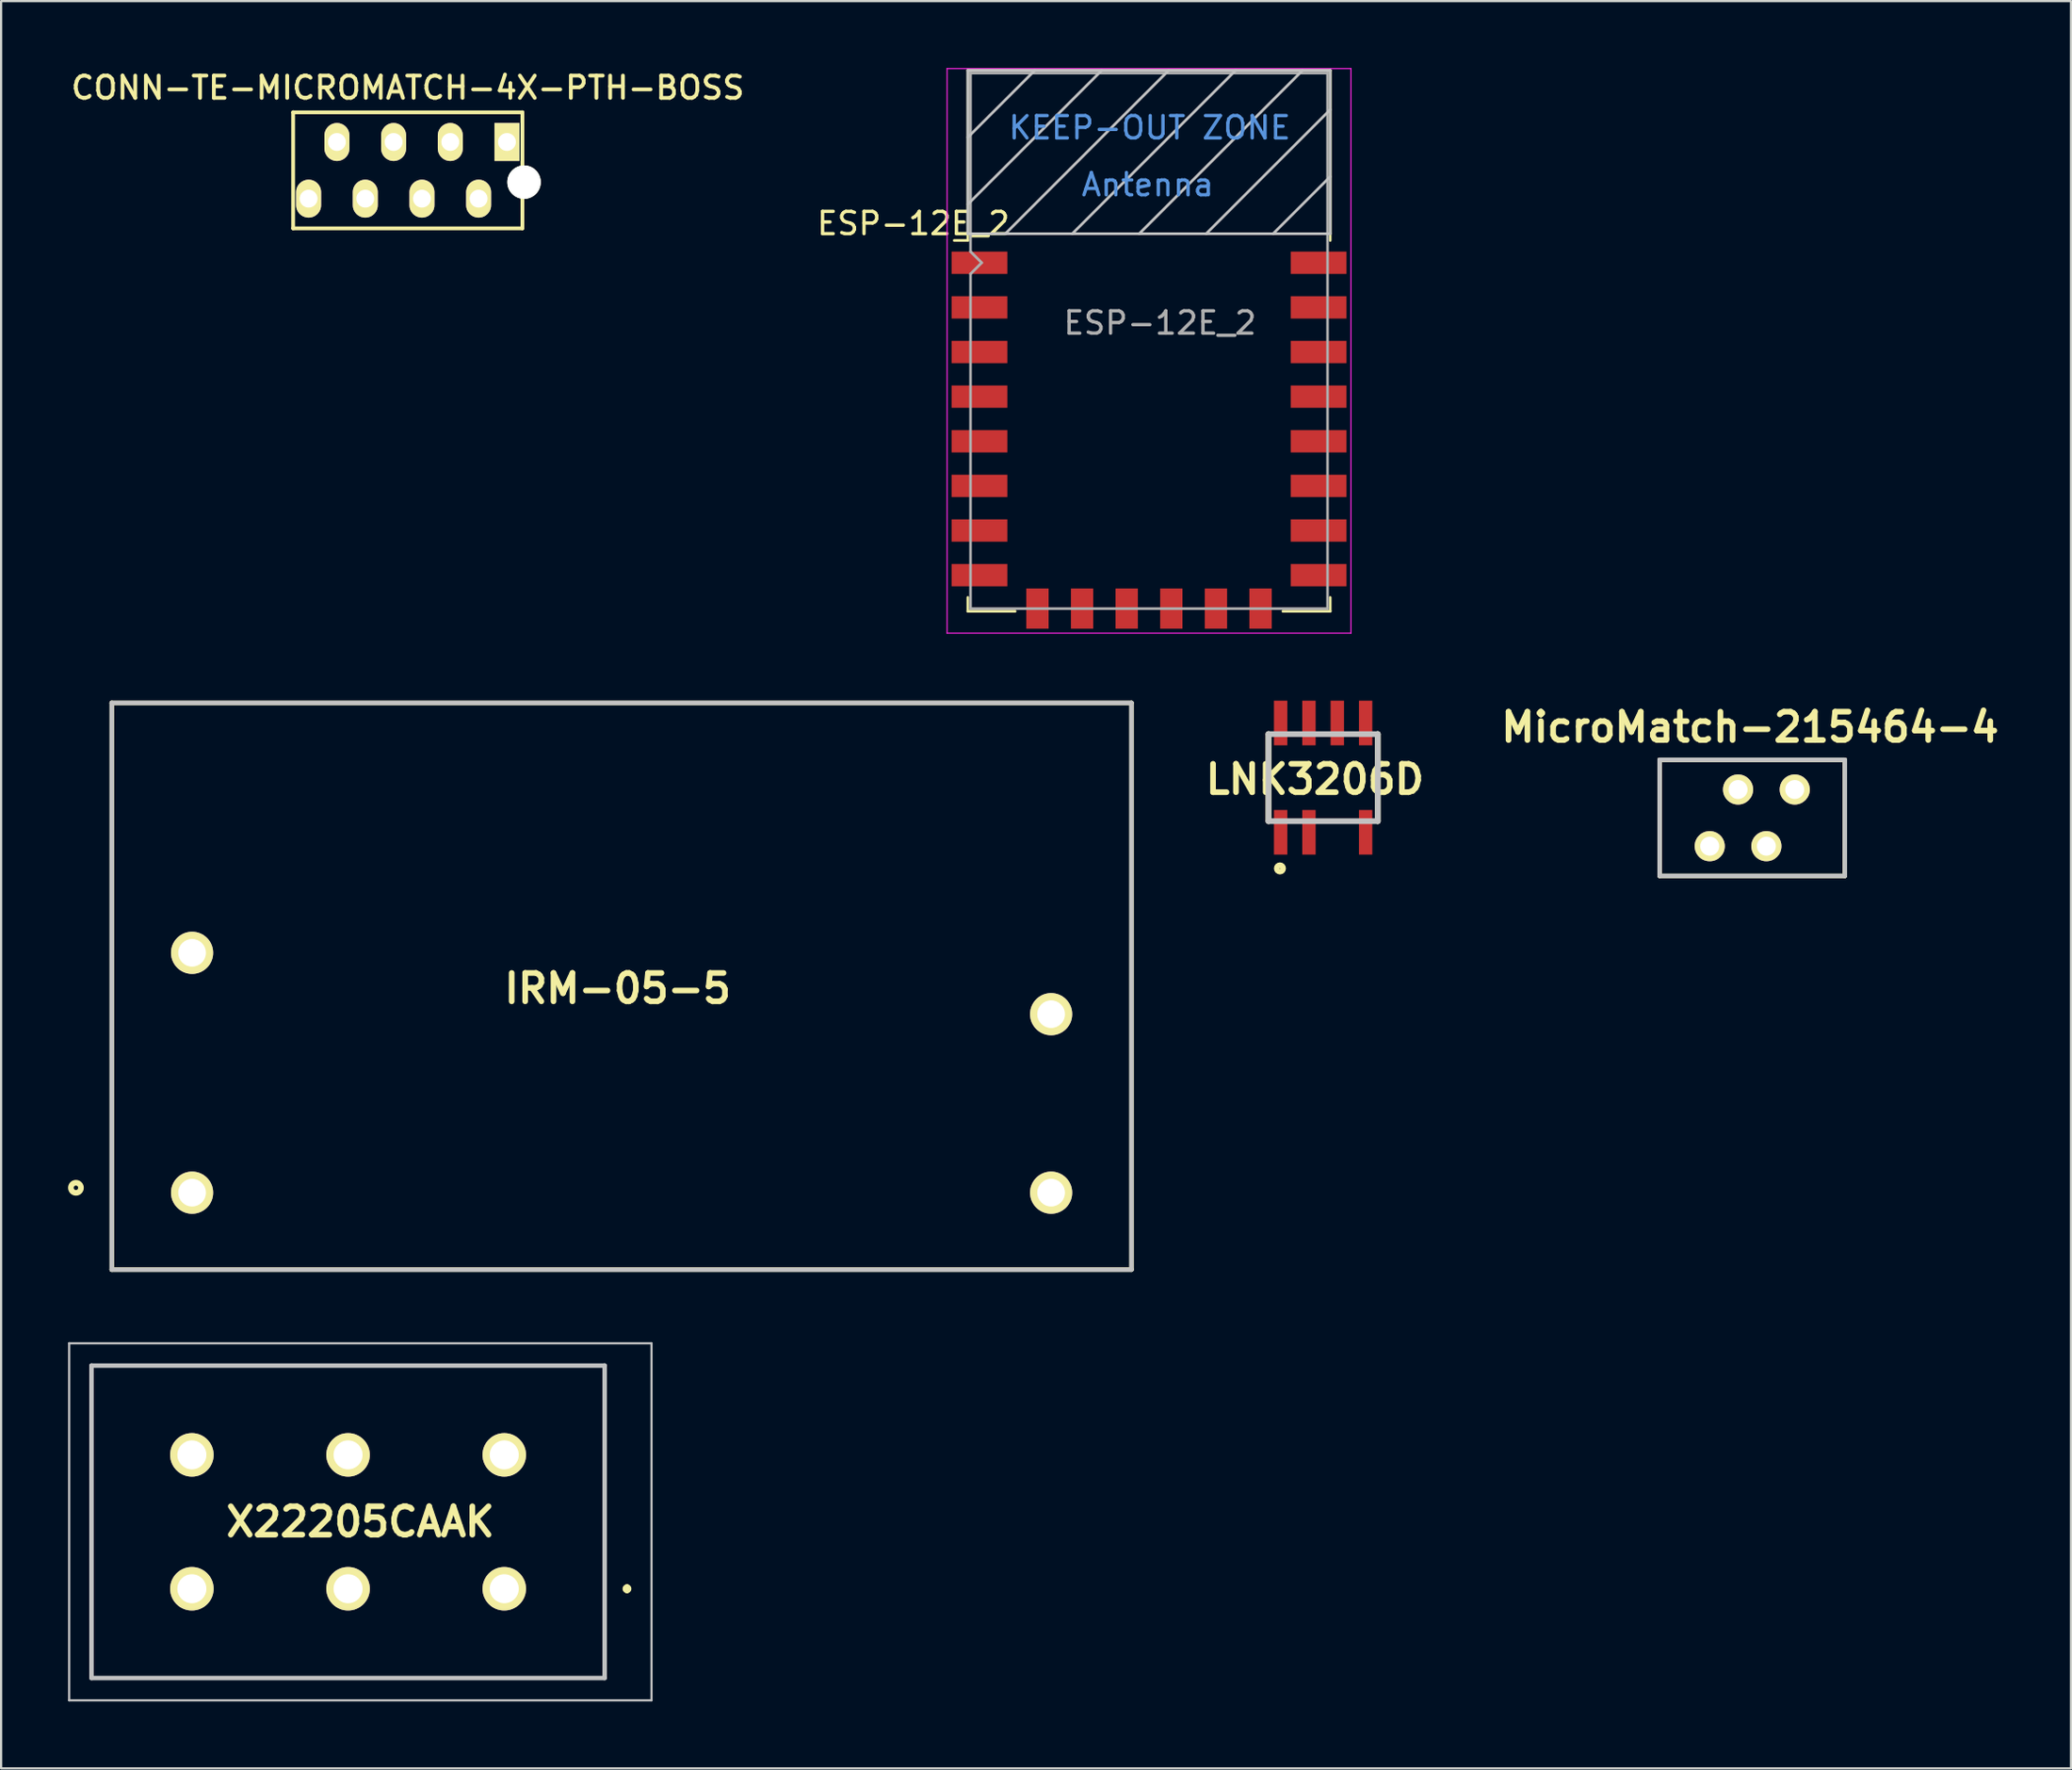
<source format=kicad_pcb>
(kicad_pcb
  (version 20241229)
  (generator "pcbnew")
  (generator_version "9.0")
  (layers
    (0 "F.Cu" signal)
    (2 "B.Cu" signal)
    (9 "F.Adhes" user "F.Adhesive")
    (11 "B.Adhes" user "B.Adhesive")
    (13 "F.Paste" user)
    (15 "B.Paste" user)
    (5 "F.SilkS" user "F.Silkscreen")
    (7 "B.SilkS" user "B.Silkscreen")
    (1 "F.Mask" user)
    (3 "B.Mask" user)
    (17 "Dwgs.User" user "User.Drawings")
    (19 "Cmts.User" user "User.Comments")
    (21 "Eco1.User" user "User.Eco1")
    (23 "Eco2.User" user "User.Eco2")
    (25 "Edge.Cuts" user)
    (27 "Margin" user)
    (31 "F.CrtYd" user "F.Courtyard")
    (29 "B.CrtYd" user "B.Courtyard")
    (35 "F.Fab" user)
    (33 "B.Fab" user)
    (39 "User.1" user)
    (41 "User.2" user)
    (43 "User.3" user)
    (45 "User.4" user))
  (footprint "ESP-12E_2"
    (layer "F.Cu")
    (at 48.447 12.225)
    (property "Reference" "ESP-12E_2" (at -10.56 -5.26 0) (layer "F.SilkS") (effects (font (size 1 1) (thickness 0.15))))
    (attr smd)
    (fp_line (start -8.12 -12.12) (end 8.12 -12.12) (stroke (width 0.12) (type solid)) (layer "F.SilkS"))
    (fp_line (start -8.12 -4.5) (end -8.73 -4.5) (stroke (width 0.12) (type solid)) (layer "F.SilkS"))
    (fp_line (start -8.12 -4.5) (end -8.12 -12.12) (stroke (width 0.12) (type solid)) (layer "F.SilkS"))
    (fp_line (start -8.12 12.12) (end -8.12 11.5) (stroke (width 0.12) (type solid)) (layer "F.SilkS"))
    (fp_line (start -6 12.12) (end -8.12 12.12) (stroke (width 0.12) (type solid)) (layer "F.SilkS"))
    (fp_line (start 8.12 -12.12) (end 8.12 -4.5) (stroke (width 0.12) (type solid)) (layer "F.SilkS"))
    (fp_line (start 8.12 11.5) (end 8.12 12.12) (stroke (width 0.12) (type solid)) (layer "F.SilkS"))
    (fp_line (start 8.12 12.12) (end 6 12.12) (stroke (width 0.12) (type solid)) (layer "F.SilkS"))
    (fp_line (start -8.12 -12.12) (end 8.12 -12.12) (stroke (width 0.12) (type solid)) (layer "Dwgs.User"))
    (fp_line (start -8.12 -9.12) (end -5.12 -12.12) (stroke (width 0.12) (type solid)) (layer "Dwgs.User"))
    (fp_line (start -8.12 -6.12) (end -2.12 -12.12) (stroke (width 0.12) (type solid)) (layer "Dwgs.User"))
    (fp_line (start -8.12 -4.8) (end -8.12 -12.12) (stroke (width 0.12) (type solid)) (layer "Dwgs.User"))
    (fp_line (start -6.44 -4.8) (end 0.88 -12.12) (stroke (width 0.12) (type solid)) (layer "Dwgs.User"))
    (fp_line (start -3.44 -4.8) (end 3.88 -12.12) (stroke (width 0.12) (type solid)) (layer "Dwgs.User"))
    (fp_line (start -0.44 -4.8) (end 6.88 -12.12) (stroke (width 0.12) (type solid)) (layer "Dwgs.User"))
    (fp_line (start 2.56 -4.8) (end 8.12 -10.36) (stroke (width 0.12) (type solid)) (layer "Dwgs.User"))
    (fp_line (start 5.56 -4.8) (end 8.12 -7.36) (stroke (width 0.12) (type solid)) (layer "Dwgs.User"))
    (fp_line (start 8.12 -12.12) (end 8.12 -4.8) (stroke (width 0.12) (type solid)) (layer "Dwgs.User"))
    (fp_line (start 8.12 -4.8) (end -8.12 -4.8) (stroke (width 0.12) (type solid)) (layer "Dwgs.User"))
    (fp_line (start -9.05 -12.2) (end 9.05 -12.2) (stroke (width 0.05) (type solid)) (layer "F.CrtYd"))
    (fp_line (start -9.05 13.1) (end -9.05 -12.2) (stroke (width 0.05) (type solid)) (layer "F.CrtYd"))
    (fp_line (start 9.05 -12.2) (end 9.05 13.1) (stroke (width 0.05) (type solid)) (layer "F.CrtYd"))
    (fp_line (start 9.05 13.1) (end -9.05 13.1) (stroke (width 0.05) (type solid)) (layer "F.CrtYd"))
    (fp_line (start -8 -12) (end 8 -12) (stroke (width 0.12) (type solid)) (layer "F.Fab"))
    (fp_line (start -8 -4) (end -8 -12) (stroke (width 0.12) (type solid)) (layer "F.Fab"))
    (fp_line (start -8 -3) (end -7.5 -3.5) (stroke (width 0.12) (type solid)) (layer "F.Fab"))
    (fp_line (start -8 12) (end -8 -3) (stroke (width 0.12) (type solid)) (layer "F.Fab"))
    (fp_line (start -7.5 -3.5) (end -8 -4) (stroke (width 0.12) (type solid)) (layer "F.Fab"))
    (fp_line (start 8 -12) (end 8 12) (stroke (width 0.12) (type solid)) (layer "F.Fab"))
    (fp_line (start 8 12) (end -8 12) (stroke (width 0.12) (type solid)) (layer "F.Fab"))
    (fp_text user "KEEP-OUT ZONE" (at 0.03 -9.55 180) (layer "Cmts.User") (effects (font (size 1 1) (thickness 0.15))))
    (fp_text user "Antenna" (at -0.06 -7 180) (layer "Cmts.User") (effects (font (size 1 1) (thickness 0.15))))
    (fp_text user "${REFERENCE}" (at 0.49 -0.8 0) (layer "F.Fab") (effects (font (size 1 1) (thickness 0.15))))
    (pad "1" smd rect (at -7.6 -3.5) (size 2.5 1) (layers "F.Cu" "F.Mask" "F.Paste"))
    (pad "2" smd rect (at -7.6 -1.5) (size 2.5 1) (layers "F.Cu" "F.Mask" "F.Paste"))
    (pad "3" smd rect (at -7.6 0.5) (size 2.5 1) (layers "F.Cu" "F.Mask" "F.Paste"))
    (pad "4" smd rect (at -7.6 2.5) (size 2.5 1) (layers "F.Cu" "F.Mask" "F.Paste"))
    (pad "5" smd rect (at -7.6 4.5) (size 2.5 1) (layers "F.Cu" "F.Mask" "F.Paste"))
    (pad "6" smd rect (at -7.6 6.5) (size 2.5 1) (layers "F.Cu" "F.Mask" "F.Paste"))
    (pad "7" smd rect (at -7.6 8.5) (size 2.5 1) (layers "F.Cu" "F.Mask" "F.Paste"))
    (pad "8" smd rect (at -7.6 10.5) (size 2.5 1) (layers "F.Cu" "F.Mask" "F.Paste"))
    (pad "9" smd rect (at -5 12) (size 1 1.8) (layers "F.Cu" "F.Mask" "F.Paste"))
    (pad "10" smd rect (at -3 12) (size 1 1.8) (layers "F.Cu" "F.Mask" "F.Paste"))
    (pad "11" smd rect (at -1 12) (size 1 1.8) (layers "F.Cu" "F.Mask" "F.Paste"))
    (pad "12" smd rect (at 1 12) (size 1 1.8) (layers "F.Cu" "F.Mask" "F.Paste"))
    (pad "13" smd rect (at 3 12) (size 1 1.8) (layers "F.Cu" "F.Mask" "F.Paste"))
    (pad "14" smd rect (at 5 12) (size 1 1.8) (layers "F.Cu" "F.Mask" "F.Paste"))
    (pad "15" smd rect (at 7.6 10.5) (size 2.5 1) (layers "F.Cu" "F.Mask" "F.Paste"))
    (pad "16" smd rect (at 7.6 8.5) (size 2.5 1) (layers "F.Cu" "F.Mask" "F.Paste"))
    (pad "17" smd rect (at 7.6 6.5) (size 2.5 1) (layers "F.Cu" "F.Mask" "F.Paste"))
    (pad "18" smd rect (at 7.6 4.5) (size 2.5 1) (layers "F.Cu" "F.Mask" "F.Paste"))
    (pad "19" smd rect (at 7.6 2.5) (size 2.5 1) (layers "F.Cu" "F.Mask" "F.Paste"))
    (pad "20" smd rect (at 7.6 0.5) (size 2.5 1) (layers "F.Cu" "F.Mask" "F.Paste"))
    (pad "21" smd rect (at 7.6 -1.5) (size 2.5 1) (layers "F.Cu" "F.Mask" "F.Paste"))
    (pad "22" smd rect (at 7.6 -3.5) (size 2.5 1) (layers "F.Cu" "F.Mask" "F.Paste")))
  (footprint "MicroMatch-215464-4"
    (layer "F.Cu")
    (at 75.481 33.602)
    (property "Reference" "MicroMatch-215464-4" (at -0.096 -4.063 0) (layer "F.SilkS") (effects (font (size 1.27 1.27) (thickness 0.254))))
    (attr through_hole)
    (fp_line (start -4.15 -2.6) (end 4.15 -2.6) (stroke (width 0.2) (type solid)) (layer "F.SilkS"))
    (fp_line (start -4.15 2.6) (end -4.15 -2.6) (stroke (width 0.2) (type solid)) (layer "F.SilkS"))
    (fp_line (start 4.15 -2.6) (end 4.15 2.6) (stroke (width 0.2) (type solid)) (layer "F.SilkS"))
    (fp_line (start 4.15 2.6) (end -4.15 2.6) (stroke (width 0.2) (type solid)) (layer "F.SilkS"))
    (fp_line (start -4.15 -2.6) (end 4.15 -2.6) (stroke (width 0.2) (type solid)) (layer "Dwgs.User"))
    (fp_line (start -4.15 2.6) (end -4.15 -2.6) (stroke (width 0.2) (type solid)) (layer "Dwgs.User"))
    (fp_line (start 4.15 -2.6) (end 4.15 2.6) (stroke (width 0.2) (type solid)) (layer "Dwgs.User"))
    (fp_line (start 4.15 2.6) (end -4.15 2.6) (stroke (width 0.2) (type solid)) (layer "Dwgs.User"))
    (pad "1" thru_hole circle (at -1.905 1.27 90) (size 1.35 1.35) (drill 0.85) (layers "*.Cu" "*.Mask" "F.SilkS"))
    (pad "2" thru_hole circle (at -0.635 -1.27 90) (size 1.35 1.35) (drill 0.85) (layers "*.Cu" "*.Mask" "F.SilkS"))
    (pad "3" thru_hole circle (at 0.635 1.27 90) (size 1.35 1.35) (drill 0.85) (layers "*.Cu" "*.Mask" "F.SilkS"))
    (pad "4" thru_hole circle (at 1.905 -1.27 90) (size 1.35 1.35) (drill 0.85) (layers "*.Cu" "*.Mask" "F.SilkS")))
  (footprint "LNK3206D"
    (layer "F.Cu")
    (at 56.25 31.8)
    (property "Reference" "LNK3206D" (at -0.369 0.076 0) (layer "F.SilkS") (effects (font (size 1.27 1.27) (thickness 0.254))))
    (attr smd)
    (fp_line (start -2.45 -1.95) (end -2.45 1.95) (stroke (width 0.254) (type solid)) (layer "F.SilkS"))
    (fp_line (start 2.45 -1.95) (end 2.45 1.95) (stroke (width 0.254) (type solid)) (layer "F.SilkS"))
    (fp_circle (center -1.936 4.068) (end -2.079 4.068) (stroke (width 0.254) (type solid)) (fill no) (layer "F.SilkS"))
    (fp_line (start -2.45 -1.95) (end 2.45 -1.95) (stroke (width 0.254) (type solid)) (layer "Dwgs.User"))
    (fp_line (start -2.45 1.95) (end -2.45 -1.95) (stroke (width 0.254) (type solid)) (layer "Dwgs.User"))
    (fp_line (start 2.45 -1.95) (end 2.45 1.95) (stroke (width 0.254) (type solid)) (layer "Dwgs.User"))
    (fp_line (start 2.45 1.95) (end -2.45 1.95) (stroke (width 0.254) (type solid)) (layer "Dwgs.User"))
    (pad "1" smd rect (at -1.905 2.45) (size 0.6 2) (layers "F.Cu" "F.Mask" "F.Paste"))
    (pad "2" smd rect (at -0.635 2.45) (size 0.6 2) (layers "F.Cu" "F.Mask" "F.Paste"))
    (pad "4" smd rect (at 1.905 2.45) (size 0.6 2) (layers "F.Cu" "F.Mask" "F.Paste"))
    (pad "5" smd rect (at 1.905 -2.45) (size 0.6 2) (layers "F.Cu" "F.Mask" "F.Paste"))
    (pad "6" smd rect (at 0.635 -2.45) (size 0.6 2) (layers "F.Cu" "F.Mask" "F.Paste"))
    (pad "7" smd rect (at -0.635 -2.45) (size 0.6 2) (layers "F.Cu" "F.Mask" "F.Paste"))
    (pad "8" smd rect (at -1.905 -2.45) (size 0.6 2) (layers "F.Cu" "F.Mask" "F.Paste")))
  (footprint "X22205CAAK"
    (layer "F.Cu")
    (at 13.1 65.15)
    (property "Reference" "X22205CAAK" (at 0 0 0) (layer "F.SilkS") (effects (font (size 1.27 1.27) (thickness 0.254))))
    (attr through_hole)
    (fp_line (start -12.05 -7) (end 10.95 -7) (stroke (width 0.1) (type solid)) (layer "F.SilkS"))
    (fp_line (start -12.05 7) (end -12.05 -7) (stroke (width 0.1) (type solid)) (layer "F.SilkS"))
    (fp_line (start 10.95 -7) (end 10.95 7) (stroke (width 0.1) (type solid)) (layer "F.SilkS"))
    (fp_line (start 10.95 7) (end -12.05 7) (stroke (width 0.1) (type solid)) (layer "F.SilkS"))
    (fp_line (start 11.95 2.9) (end 11.95 2.9) (stroke (width 0.2) (type solid)) (layer "F.SilkS"))
    (fp_line (start 11.95 3.1) (end 11.95 3.1) (stroke (width 0.2) (type solid)) (layer "F.SilkS"))
    (fp_arc (start 11.95 2.9) (mid 12.05 3) (end 11.95 3.1) (stroke (width 0.2) (type solid)) (layer "F.SilkS"))
    (fp_arc (start 11.95 3.1) (mid 11.85 3) (end 11.95 2.9) (stroke (width 0.2) (type solid)) (layer "F.SilkS"))
    (fp_line (start -13.05 -8) (end 13.05 -8) (stroke (width 0.1) (type solid)) (layer "Dwgs.User"))
    (fp_line (start -13.05 8) (end -13.05 -8) (stroke (width 0.1) (type solid)) (layer "Dwgs.User"))
    (fp_line (start -12.05 -7) (end 10.95 -7) (stroke (width 0.2) (type solid)) (layer "Dwgs.User"))
    (fp_line (start -12.05 7) (end -12.05 -7) (stroke (width 0.2) (type solid)) (layer "Dwgs.User"))
    (fp_line (start 10.95 -7) (end 10.95 7) (stroke (width 0.2) (type solid)) (layer "Dwgs.User"))
    (fp_line (start 10.95 7) (end -12.05 7) (stroke (width 0.2) (type solid)) (layer "Dwgs.User"))
    (fp_line (start 13.05 -8) (end 13.05 8) (stroke (width 0.1) (type solid)) (layer "Dwgs.User"))
    (fp_line (start 13.05 8) (end -13.05 8) (stroke (width 0.1) (type solid)) (layer "Dwgs.User"))
    (pad "1" thru_hole circle (at 6.45 3 90) (size 1.95 1.95) (drill 1.3) (layers "*.Cu" "*.Mask" "F.SilkS"))
    (pad "2" thru_hole circle (at 6.45 -3 90) (size 1.95 1.95) (drill 1.3) (layers "*.Cu" "*.Mask" "F.SilkS"))
    (pad "3" thru_hole circle (at -0.55 3 90) (size 1.95 1.95) (drill 1.3) (layers "*.Cu" "*.Mask" "F.SilkS"))
    (pad "4" thru_hole circle (at -0.55 -3 90) (size 1.95 1.95) (drill 1.3) (layers "*.Cu" "*.Mask" "F.SilkS"))
    (pad "5" thru_hole circle (at -7.55 3 90) (size 1.95 1.95) (drill 1.3) (layers "*.Cu" "*.Mask" "F.SilkS"))
    (pad "6" thru_hole circle (at -7.55 -3 90) (size 1.95 1.95) (drill 1.3) (layers "*.Cu" "*.Mask" "F.SilkS")))
  (footprint "IRM-05-5"
    (layer "F.Cu")
    (at 24.809 53.85)
    (property "Reference" "IRM-05-5" (at -0.179 -12.601 0) (layer "F.SilkS") (effects (font (size 1.27 1.27) (thickness 0.254))))
    (attr through_hole)
    (fp_line (start -22.85 -25.4) (end 22.85 -25.4) (stroke (width 0.2) (type solid)) (layer "F.SilkS"))
    (fp_line (start -22.85 0) (end -22.85 -25.4) (stroke (width 0.2) (type solid)) (layer "F.SilkS"))
    (fp_line (start 22.85 -25.4) (end 22.85 0) (stroke (width 0.2) (type solid)) (layer "F.SilkS"))
    (fp_line (start 22.85 0) (end -22.85 0) (stroke (width 0.2) (type solid)) (layer "F.SilkS"))
    (fp_circle (center -24.456 -3.669) (end -24.682 -3.669) (stroke (width 0.254) (type solid)) (fill no) (layer "F.SilkS"))
    (fp_line (start -22.85 -25.4) (end 22.85 -25.4) (stroke (width 0.2) (type solid)) (layer "Dwgs.User"))
    (fp_line (start -22.85 0) (end -22.85 -25.4) (stroke (width 0.2) (type solid)) (layer "Dwgs.User"))
    (fp_line (start 22.85 -25.4) (end 22.85 0) (stroke (width 0.2) (type solid)) (layer "Dwgs.User"))
    (fp_line (start 22.85 0) (end -22.85 0) (stroke (width 0.2) (type solid)) (layer "Dwgs.User"))
    (pad "1" thru_hole circle (at -19.25 -3.45 90) (size 1.89 1.89) (drill 1.24) (layers "*.Cu" "*.Mask" "F.SilkS"))
    (pad "2" thru_hole circle (at 19.25 -3.45 90) (size 1.89 1.89) (drill 1.24) (layers "*.Cu" "*.Mask" "F.SilkS"))
    (pad "3" thru_hole circle (at 19.25 -11.45 90) (size 1.89 1.89) (drill 1.24) (layers "*.Cu" "*.Mask" "F.SilkS"))
    (pad "4" thru_hole circle (at -19.25 -14.2 90) (size 1.89 1.89) (drill 1.24) (layers "*.Cu" "*.Mask" "F.SilkS")))
  (footprint "CONN-TE-MICROMATCH-4X-PTH-BOSS"
    (layer "F.Cu")
    (at 15.226 4.583)
    (property "Reference" "CONN-TE-MICROMATCH-4X-PTH-BOSS" (at 0 -3.7 0) (layer "F.SilkS") (effects (font (size 1 1) (thickness 0.17))))
    (attr through_hole)
    (fp_line (start -5.138 -2.6) (end 5.138 -2.6) (stroke (width 0.17) (type solid)) (layer "F.SilkS"))
    (fp_line (start -5.138 2.6) (end -5.138 -2.6) (stroke (width 0.17) (type solid)) (layer "F.SilkS"))
    (fp_line (start -5.138 2.6) (end 5.138 2.6) (stroke (width 0.17) (type solid)) (layer "F.SilkS"))
    (fp_line (start 5.138 2.6) (end 5.138 -2.6) (stroke (width 0.17) (type solid)) (layer "F.SilkS"))
    (pad "" np_thru_hole circle (at 5.21 0.53) (size 1.5 1.5) (drill 1.5) (layers "*.Cu" "*.Mask" "F.SilkS"))
    (pad "1" thru_hole rect (at 4.445 -1.27) (size 1.12 1.7) (drill 0.8) (layers "*.Cu" "*.Mask" "F.SilkS"))
    (pad "2" thru_hole oval (at 3.175 1.27) (size 1.12 1.7) (drill 0.8) (layers "*.Cu" "*.Mask" "F.SilkS"))
    (pad "3" thru_hole oval (at 1.905 -1.27) (size 1.12 1.7) (drill 0.8) (layers "*.Cu" "*.Mask" "F.SilkS"))
    (pad "4" thru_hole oval (at 0.635 1.27) (size 1.12 1.7) (drill 0.8) (layers "*.Cu" "*.Mask" "F.SilkS"))
    (pad "5" thru_hole oval (at -0.635 -1.27) (size 1.12 1.7) (drill 0.8) (layers "*.Cu" "*.Mask" "F.SilkS"))
    (pad "6" thru_hole oval (at -1.905 1.27) (size 1.12 1.7) (drill 0.8) (layers "*.Cu" "*.Mask" "F.SilkS"))
    (pad "7" thru_hole oval (at -3.175 -1.27) (size 1.12 1.7) (drill 0.8) (layers "*.Cu" "*.Mask" "F.SilkS"))
    (pad "8" thru_hole oval (at -4.445 1.27) (size 1.12 1.7) (drill 0.8) (layers "*.Cu" "*.Mask" "F.SilkS")))
  (gr_rect
    (start -3 -3)
    (end 89.767 76.2)
    (stroke (width 0.1) (type default))
    (fill no)
    (layer "Edge.Cuts")))
</source>
